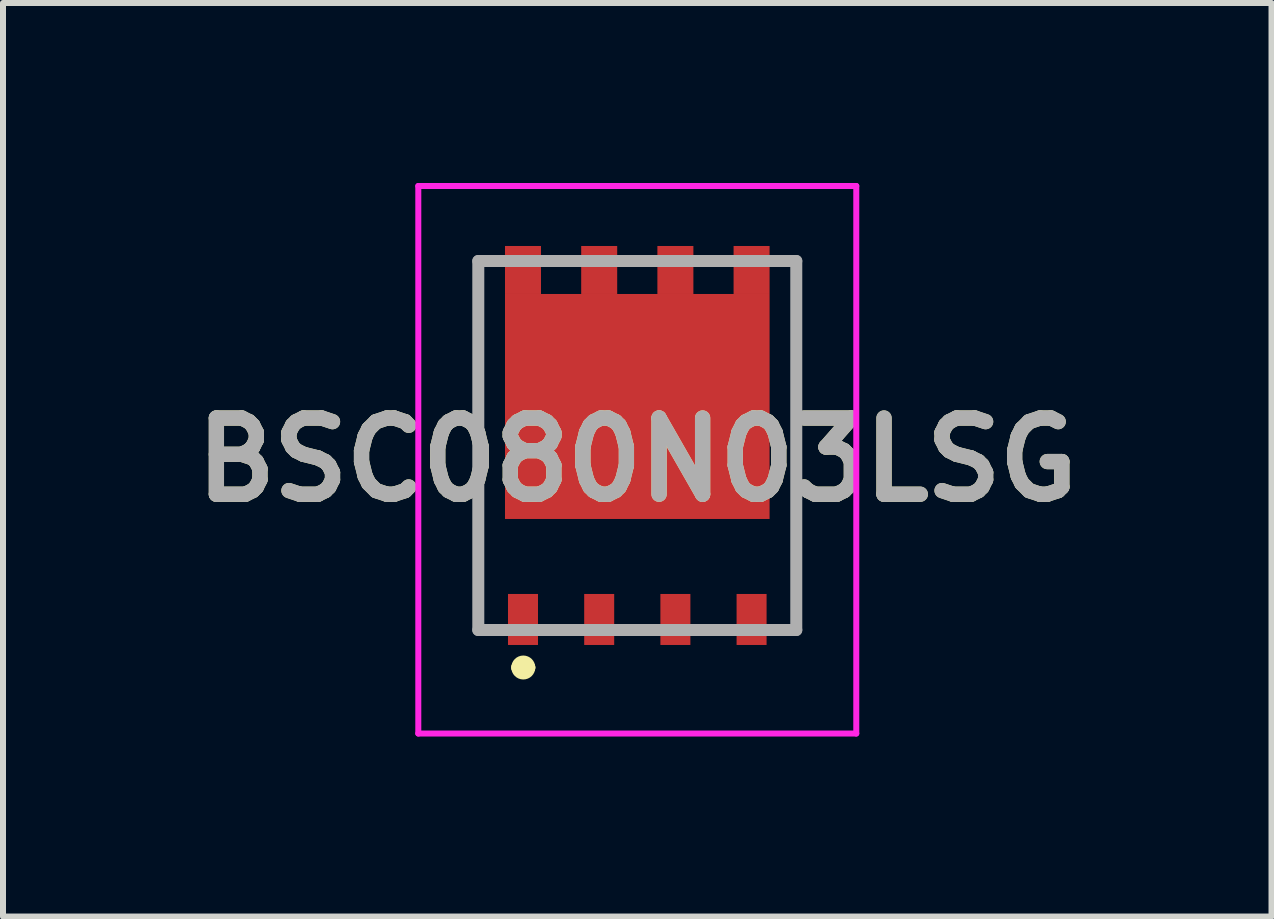
<source format=kicad_pcb>
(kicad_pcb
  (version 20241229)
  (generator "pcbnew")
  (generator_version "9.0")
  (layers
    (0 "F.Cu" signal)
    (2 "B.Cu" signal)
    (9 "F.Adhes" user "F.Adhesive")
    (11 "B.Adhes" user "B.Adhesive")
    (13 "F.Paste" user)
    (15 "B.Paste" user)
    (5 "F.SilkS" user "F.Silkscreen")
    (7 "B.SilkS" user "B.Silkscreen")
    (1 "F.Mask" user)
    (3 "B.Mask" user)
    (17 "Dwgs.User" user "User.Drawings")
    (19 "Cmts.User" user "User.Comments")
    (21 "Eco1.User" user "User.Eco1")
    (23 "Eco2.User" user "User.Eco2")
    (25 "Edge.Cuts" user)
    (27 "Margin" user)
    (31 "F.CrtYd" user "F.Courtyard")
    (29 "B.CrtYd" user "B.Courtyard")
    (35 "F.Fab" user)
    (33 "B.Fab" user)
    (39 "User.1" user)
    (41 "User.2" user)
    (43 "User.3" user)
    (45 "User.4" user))
  (footprint "BSC080N03LSG"
    (layer "F.Cu")
    (at 7.572 4.613)
    (property "Reference" "BSC080N03LSG" (at 0 0 0) (layer "F.SilkS") (effects (font (size 1.27 1.27) (thickness 0.254))))
    (attr smd)
    (fp_line (start -2.65 -3.313) (end -2.65 2.838) (stroke (width 0.1) (type solid)) (layer "F.SilkS"))
    (fp_line (start -2.65 2.838) (end -2.4 2.838) (stroke (width 0.1) (type solid)) (layer "F.SilkS"))
    (fp_line (start -2.4 -3.313) (end -2.65 -3.313) (stroke (width 0.1) (type solid)) (layer "F.SilkS"))
    (fp_line (start -2 3.463) (end -2 3.463) (stroke (width 0.2) (type solid)) (layer "F.SilkS"))
    (fp_line (start -1.8 3.463) (end -1.8 3.463) (stroke (width 0.2) (type solid)) (layer "F.SilkS"))
    (fp_line (start 2.4 -3.313) (end 2.65 -3.313) (stroke (width 0.1) (type solid)) (layer "F.SilkS"))
    (fp_line (start 2.65 -3.313) (end 2.65 2.838) (stroke (width 0.1) (type solid)) (layer "F.SilkS"))
    (fp_line (start 2.65 2.838) (end 2.4 2.838) (stroke (width 0.1) (type solid)) (layer "F.SilkS"))
    (fp_arc (start -2 3.463) (mid -1.9 3.363) (end -1.8 3.463) (stroke (width 0.2) (type solid)) (layer "F.SilkS"))
    (fp_arc (start -1.8 3.463) (mid -1.9005 3.5625) (end -2 3.462) (stroke (width 0.2) (type solid)) (layer "F.SilkS"))
    (fp_line (start -3.65 -4.563) (end 3.65 -4.563) (stroke (width 0.1) (type solid)) (layer "F.CrtYd"))
    (fp_line (start -3.65 4.563) (end -3.65 -4.563) (stroke (width 0.1) (type solid)) (layer "F.CrtYd"))
    (fp_line (start 3.65 -4.563) (end 3.65 4.563) (stroke (width 0.1) (type solid)) (layer "F.CrtYd"))
    (fp_line (start 3.65 4.563) (end -3.65 4.563) (stroke (width 0.1) (type solid)) (layer "F.CrtYd"))
    (fp_line (start -2.65 -3.313) (end 2.65 -3.313) (stroke (width 0.2) (type solid)) (layer "F.Fab"))
    (fp_line (start -2.65 2.838) (end -2.65 -3.313) (stroke (width 0.2) (type solid)) (layer "F.Fab"))
    (fp_line (start 2.65 -3.313) (end 2.65 2.838) (stroke (width 0.2) (type solid)) (layer "F.Fab"))
    (fp_line (start 2.65 2.838) (end -2.65 2.838) (stroke (width 0.2) (type solid)) (layer "F.Fab"))
    (fp_text user "${REFERENCE}" (at 0 0 0) (layer "F.Fab") (effects (font (size 1.27 1.27) (thickness 0.254))))
    (pad "1" smd rect (at -1.905 2.662) (size 0.5 0.85) (layers "F.Cu" "F.Mask" "F.Paste"))
    (pad "2" smd rect (at -0.635 2.662) (size 0.5 0.85) (layers "F.Cu" "F.Mask" "F.Paste"))
    (pad "3" smd rect (at 0.635 2.662) (size 0.5 0.85) (layers "F.Cu" "F.Mask" "F.Paste"))
    (pad "4" smd rect (at 1.905 2.662) (size 0.5 0.85) (layers "F.Cu" "F.Mask" "F.Paste"))
    (pad "5" smd rect (at 1.905 -3.163) (size 0.6 0.8) (layers "F.Cu" "F.Mask" "F.Paste"))
    (pad "6" smd rect (at 0.635 -3.163) (size 0.6 0.8) (layers "F.Cu" "F.Mask" "F.Paste"))
    (pad "7" smd rect (at -0.635 -3.163) (size 0.6 0.8) (layers "F.Cu" "F.Mask" "F.Paste"))
    (pad "8" smd rect (at -1.905 -3.163) (size 0.6 0.8) (layers "F.Cu" "F.Mask" "F.Paste"))
    (pad "9" smd rect (at 0 -0.888 90) (size 3.75 4.41) (layers "F.Cu" "F.Mask" "F.Paste")))
  (gr_rect
    (start -3 -3)
    (end 18.143 12.226)
    (stroke (width 0.1) (type default))
    (fill no)
    (layer "Edge.Cuts")))
</source>
